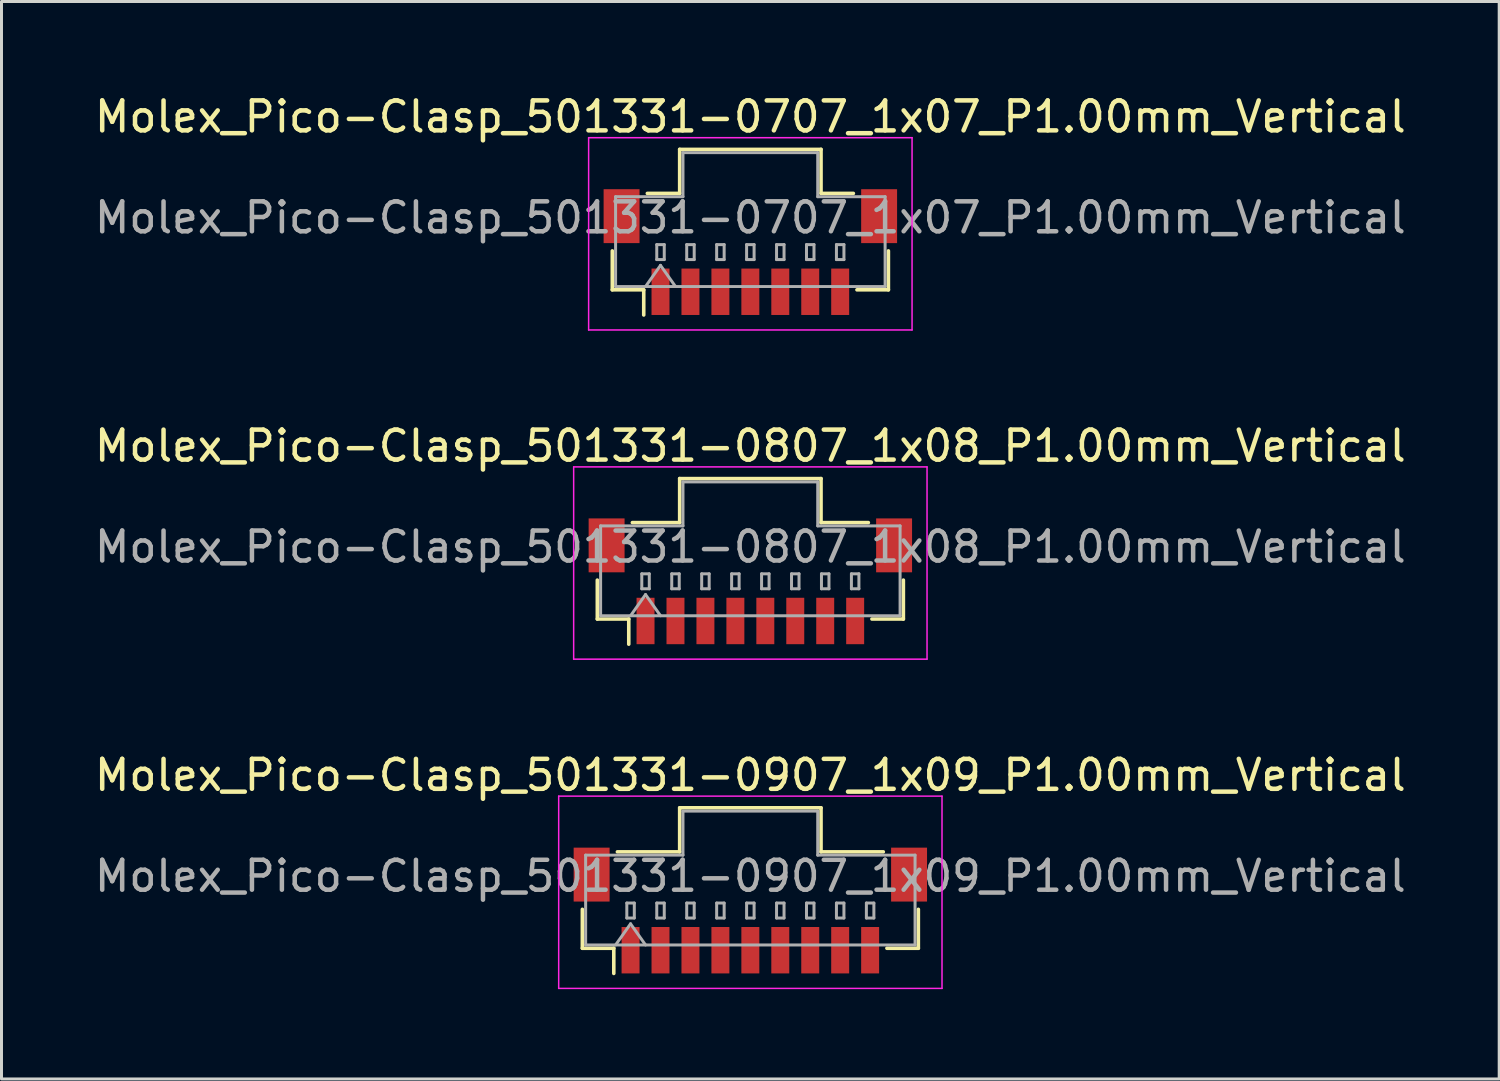
<source format=kicad_pcb>
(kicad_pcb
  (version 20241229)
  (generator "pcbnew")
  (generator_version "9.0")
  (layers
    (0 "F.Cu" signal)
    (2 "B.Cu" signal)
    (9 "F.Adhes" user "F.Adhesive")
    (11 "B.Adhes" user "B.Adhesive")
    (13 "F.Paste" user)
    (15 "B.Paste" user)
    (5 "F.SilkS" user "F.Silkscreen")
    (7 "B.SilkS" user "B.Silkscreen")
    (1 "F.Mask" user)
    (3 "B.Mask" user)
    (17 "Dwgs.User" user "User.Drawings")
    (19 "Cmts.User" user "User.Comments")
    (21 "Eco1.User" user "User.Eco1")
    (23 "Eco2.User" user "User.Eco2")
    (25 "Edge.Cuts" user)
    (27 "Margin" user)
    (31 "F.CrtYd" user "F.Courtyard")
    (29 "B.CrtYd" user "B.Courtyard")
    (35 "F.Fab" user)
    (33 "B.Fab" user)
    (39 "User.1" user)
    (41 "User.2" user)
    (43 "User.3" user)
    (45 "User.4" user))
  (footprint "Molex_Pico-Clasp_501331-0907_1x09_P1.00mm_Vertical"
    (layer "F.Cu")
    (at 22.006 27.355)
    (property "Reference" "Molex_Pico-Clasp_501331-0907_1x09_P1.00mm_Vertical" (at 0 -4.52 0) (layer "F.SilkS") (effects (font (size 1 1) (thickness 0.15))))
    (attr smd)
    (fp_line (start -5.61 -0.04) (end -5.61 1.26) (stroke (width 0.12) (type solid)) (layer "F.SilkS"))
    (fp_line (start -5.61 1.26) (end -4.56 1.26) (stroke (width 0.12) (type solid)) (layer "F.SilkS"))
    (fp_line (start -4.56 1.26) (end -4.56 2.1) (stroke (width 0.12) (type solid)) (layer "F.SilkS"))
    (fp_line (start -4.44 -1.96) (end -2.36 -1.96) (stroke (width 0.12) (type solid)) (layer "F.SilkS"))
    (fp_line (start -2.36 -3.43) (end 2.36 -3.43) (stroke (width 0.12) (type solid)) (layer "F.SilkS"))
    (fp_line (start -2.36 -1.96) (end -2.36 -3.43) (stroke (width 0.12) (type solid)) (layer "F.SilkS"))
    (fp_line (start 2.36 -3.43) (end 2.36 -1.96) (stroke (width 0.12) (type solid)) (layer "F.SilkS"))
    (fp_line (start 2.36 -1.96) (end 4.44 -1.96) (stroke (width 0.12) (type solid)) (layer "F.SilkS"))
    (fp_line (start 5.61 -0.04) (end 5.61 1.26) (stroke (width 0.12) (type solid)) (layer "F.SilkS"))
    (fp_line (start 5.61 1.26) (end 4.56 1.26) (stroke (width 0.12) (type solid)) (layer "F.SilkS"))
    (fp_line (start -6.4 -3.82) (end -6.4 2.6) (stroke (width 0.05) (type solid)) (layer "F.CrtYd"))
    (fp_line (start -6.4 2.6) (end 6.4 2.6) (stroke (width 0.05) (type solid)) (layer "F.CrtYd"))
    (fp_line (start 6.4 -3.82) (end -6.4 -3.82) (stroke (width 0.05) (type solid)) (layer "F.CrtYd"))
    (fp_line (start 6.4 2.6) (end 6.4 -3.82) (stroke (width 0.05) (type solid)) (layer "F.CrtYd"))
    (fp_line (start -5.5 -1.85) (end -2.25 -1.85) (stroke (width 0.1) (type solid)) (layer "F.Fab"))
    (fp_line (start -5.5 1.15) (end -5.5 -1.85) (stroke (width 0.1) (type solid)) (layer "F.Fab"))
    (fp_line (start -5.5 1.15) (end 5.5 1.15) (stroke (width 0.1) (type solid)) (layer "F.Fab"))
    (fp_line (start -4.5 1.15) (end -4 0.443) (stroke (width 0.1) (type solid)) (layer "F.Fab"))
    (fp_line (start -4.125 -0.25) (end -4.125 0.25) (stroke (width 0.1) (type solid)) (layer "F.Fab"))
    (fp_line (start -4.125 0.25) (end -3.875 0.25) (stroke (width 0.1) (type solid)) (layer "F.Fab"))
    (fp_line (start -4 0.443) (end -3.5 1.15) (stroke (width 0.1) (type solid)) (layer "F.Fab"))
    (fp_line (start -3.875 -0.25) (end -4.125 -0.25) (stroke (width 0.1) (type solid)) (layer "F.Fab"))
    (fp_line (start -3.875 0.25) (end -3.875 -0.25) (stroke (width 0.1) (type solid)) (layer "F.Fab"))
    (fp_line (start -3.125 -0.25) (end -3.125 0.25) (stroke (width 0.1) (type solid)) (layer "F.Fab"))
    (fp_line (start -3.125 0.25) (end -2.875 0.25) (stroke (width 0.1) (type solid)) (layer "F.Fab"))
    (fp_line (start -2.875 -0.25) (end -3.125 -0.25) (stroke (width 0.1) (type solid)) (layer "F.Fab"))
    (fp_line (start -2.875 0.25) (end -2.875 -0.25) (stroke (width 0.1) (type solid)) (layer "F.Fab"))
    (fp_line (start -2.25 -3.32) (end 2.25 -3.32) (stroke (width 0.1) (type solid)) (layer "F.Fab"))
    (fp_line (start -2.25 -1.85) (end -2.25 -3.32) (stroke (width 0.1) (type solid)) (layer "F.Fab"))
    (fp_line (start -2.125 -0.25) (end -2.125 0.25) (stroke (width 0.1) (type solid)) (layer "F.Fab"))
    (fp_line (start -2.125 0.25) (end -1.875 0.25) (stroke (width 0.1) (type solid)) (layer "F.Fab"))
    (fp_line (start -1.875 -0.25) (end -2.125 -0.25) (stroke (width 0.1) (type solid)) (layer "F.Fab"))
    (fp_line (start -1.875 0.25) (end -1.875 -0.25) (stroke (width 0.1) (type solid)) (layer "F.Fab"))
    (fp_line (start -1.125 -0.25) (end -1.125 0.25) (stroke (width 0.1) (type solid)) (layer "F.Fab"))
    (fp_line (start -1.125 0.25) (end -0.875 0.25) (stroke (width 0.1) (type solid)) (layer "F.Fab"))
    (fp_line (start -0.875 -0.25) (end -1.125 -0.25) (stroke (width 0.1) (type solid)) (layer "F.Fab"))
    (fp_line (start -0.875 0.25) (end -0.875 -0.25) (stroke (width 0.1) (type solid)) (layer "F.Fab"))
    (fp_line (start -0.125 -0.25) (end -0.125 0.25) (stroke (width 0.1) (type solid)) (layer "F.Fab"))
    (fp_line (start -0.125 0.25) (end 0.125 0.25) (stroke (width 0.1) (type solid)) (layer "F.Fab"))
    (fp_line (start 0.125 -0.25) (end -0.125 -0.25) (stroke (width 0.1) (type solid)) (layer "F.Fab"))
    (fp_line (start 0.125 0.25) (end 0.125 -0.25) (stroke (width 0.1) (type solid)) (layer "F.Fab"))
    (fp_line (start 0.875 -0.25) (end 0.875 0.25) (stroke (width 0.1) (type solid)) (layer "F.Fab"))
    (fp_line (start 0.875 0.25) (end 1.125 0.25) (stroke (width 0.1) (type solid)) (layer "F.Fab"))
    (fp_line (start 1.125 -0.25) (end 0.875 -0.25) (stroke (width 0.1) (type solid)) (layer "F.Fab"))
    (fp_line (start 1.125 0.25) (end 1.125 -0.25) (stroke (width 0.1) (type solid)) (layer "F.Fab"))
    (fp_line (start 1.875 -0.25) (end 1.875 0.25) (stroke (width 0.1) (type solid)) (layer "F.Fab"))
    (fp_line (start 1.875 0.25) (end 2.125 0.25) (stroke (width 0.1) (type solid)) (layer "F.Fab"))
    (fp_line (start 2.125 -0.25) (end 1.875 -0.25) (stroke (width 0.1) (type solid)) (layer "F.Fab"))
    (fp_line (start 2.125 0.25) (end 2.125 -0.25) (stroke (width 0.1) (type solid)) (layer "F.Fab"))
    (fp_line (start 2.25 -3.32) (end 2.25 -1.85) (stroke (width 0.1) (type solid)) (layer "F.Fab"))
    (fp_line (start 2.25 -1.85) (end 5.5 -1.85) (stroke (width 0.1) (type solid)) (layer "F.Fab"))
    (fp_line (start 2.875 -0.25) (end 2.875 0.25) (stroke (width 0.1) (type solid)) (layer "F.Fab"))
    (fp_line (start 2.875 0.25) (end 3.125 0.25) (stroke (width 0.1) (type solid)) (layer "F.Fab"))
    (fp_line (start 3.125 -0.25) (end 2.875 -0.25) (stroke (width 0.1) (type solid)) (layer "F.Fab"))
    (fp_line (start 3.125 0.25) (end 3.125 -0.25) (stroke (width 0.1) (type solid)) (layer "F.Fab"))
    (fp_line (start 3.875 -0.25) (end 3.875 0.25) (stroke (width 0.1) (type solid)) (layer "F.Fab"))
    (fp_line (start 3.875 0.25) (end 4.125 0.25) (stroke (width 0.1) (type solid)) (layer "F.Fab"))
    (fp_line (start 4.125 -0.25) (end 3.875 -0.25) (stroke (width 0.1) (type solid)) (layer "F.Fab"))
    (fp_line (start 4.125 0.25) (end 4.125 -0.25) (stroke (width 0.1) (type solid)) (layer "F.Fab"))
    (fp_line (start 5.5 1.15) (end 5.5 -1.85) (stroke (width 0.1) (type solid)) (layer "F.Fab"))
    (fp_text user "${REFERENCE}" (at 0 -1.15 0) (layer "F.Fab") (effects (font (size 1 1) (thickness 0.15))))
    (pad "" smd rect (at -5.3 -1.2) (size 1.2 1.8) (layers "F.Cu" "F.Mask" "F.Paste"))
    (pad "" smd rect (at 5.3 -1.2) (size 1.2 1.8) (layers "F.Cu" "F.Mask" "F.Paste"))
    (pad "1" smd rect (at -4 1.325) (size 0.6 1.55) (layers "F.Cu" "F.Mask" "F.Paste"))
    (pad "2" smd rect (at -3 1.325) (size 0.6 1.55) (layers "F.Cu" "F.Mask" "F.Paste"))
    (pad "3" smd rect (at -2 1.325) (size 0.6 1.55) (layers "F.Cu" "F.Mask" "F.Paste"))
    (pad "4" smd rect (at -1 1.325) (size 0.6 1.55) (layers "F.Cu" "F.Mask" "F.Paste"))
    (pad "5" smd rect (at 0 1.325) (size 0.6 1.55) (layers "F.Cu" "F.Mask" "F.Paste"))
    (pad "6" smd rect (at 1 1.325) (size 0.6 1.55) (layers "F.Cu" "F.Mask" "F.Paste"))
    (pad "7" smd rect (at 2 1.325) (size 0.6 1.55) (layers "F.Cu" "F.Mask" "F.Paste"))
    (pad "8" smd rect (at 3 1.325) (size 0.6 1.55) (layers "F.Cu" "F.Mask" "F.Paste"))
    (pad "9" smd rect (at 4 1.325) (size 0.6 1.55) (layers "F.Cu" "F.Mask" "F.Paste")))
  (footprint "Molex_Pico-Clasp_501331-0707_1x07_P1.00mm_Vertical"
    (layer "F.Cu")
    (at 22.006 5.368)
    (property "Reference" "Molex_Pico-Clasp_501331-0707_1x07_P1.00mm_Vertical" (at 0 -4.52 0) (layer "F.SilkS") (effects (font (size 1 1) (thickness 0.15))))
    (attr smd)
    (fp_line (start -4.61 -0.04) (end -4.61 1.26) (stroke (width 0.12) (type solid)) (layer "F.SilkS"))
    (fp_line (start -4.61 1.26) (end -3.56 1.26) (stroke (width 0.12) (type solid)) (layer "F.SilkS"))
    (fp_line (start -3.56 1.26) (end -3.56 2.1) (stroke (width 0.12) (type solid)) (layer "F.SilkS"))
    (fp_line (start -3.44 -1.96) (end -2.36 -1.96) (stroke (width 0.12) (type solid)) (layer "F.SilkS"))
    (fp_line (start -2.36 -3.43) (end 2.36 -3.43) (stroke (width 0.12) (type solid)) (layer "F.SilkS"))
    (fp_line (start -2.36 -1.96) (end -2.36 -3.43) (stroke (width 0.12) (type solid)) (layer "F.SilkS"))
    (fp_line (start 2.36 -3.43) (end 2.36 -1.96) (stroke (width 0.12) (type solid)) (layer "F.SilkS"))
    (fp_line (start 2.36 -1.96) (end 3.44 -1.96) (stroke (width 0.12) (type solid)) (layer "F.SilkS"))
    (fp_line (start 4.61 -0.04) (end 4.61 1.26) (stroke (width 0.12) (type solid)) (layer "F.SilkS"))
    (fp_line (start 4.61 1.26) (end 3.56 1.26) (stroke (width 0.12) (type solid)) (layer "F.SilkS"))
    (fp_line (start -5.4 -3.82) (end -5.4 2.6) (stroke (width 0.05) (type solid)) (layer "F.CrtYd"))
    (fp_line (start -5.4 2.6) (end 5.4 2.6) (stroke (width 0.05) (type solid)) (layer "F.CrtYd"))
    (fp_line (start 5.4 -3.82) (end -5.4 -3.82) (stroke (width 0.05) (type solid)) (layer "F.CrtYd"))
    (fp_line (start 5.4 2.6) (end 5.4 -3.82) (stroke (width 0.05) (type solid)) (layer "F.CrtYd"))
    (fp_line (start -4.5 -1.85) (end -2.25 -1.85) (stroke (width 0.1) (type solid)) (layer "F.Fab"))
    (fp_line (start -4.5 1.15) (end -4.5 -1.85) (stroke (width 0.1) (type solid)) (layer "F.Fab"))
    (fp_line (start -4.5 1.15) (end 4.5 1.15) (stroke (width 0.1) (type solid)) (layer "F.Fab"))
    (fp_line (start -3.5 1.15) (end -3 0.443) (stroke (width 0.1) (type solid)) (layer "F.Fab"))
    (fp_line (start -3.125 -0.25) (end -3.125 0.25) (stroke (width 0.1) (type solid)) (layer "F.Fab"))
    (fp_line (start -3.125 0.25) (end -2.875 0.25) (stroke (width 0.1) (type solid)) (layer "F.Fab"))
    (fp_line (start -3 0.443) (end -2.5 1.15) (stroke (width 0.1) (type solid)) (layer "F.Fab"))
    (fp_line (start -2.875 -0.25) (end -3.125 -0.25) (stroke (width 0.1) (type solid)) (layer "F.Fab"))
    (fp_line (start -2.875 0.25) (end -2.875 -0.25) (stroke (width 0.1) (type solid)) (layer "F.Fab"))
    (fp_line (start -2.25 -3.32) (end 2.25 -3.32) (stroke (width 0.1) (type solid)) (layer "F.Fab"))
    (fp_line (start -2.25 -1.85) (end -2.25 -3.32) (stroke (width 0.1) (type solid)) (layer "F.Fab"))
    (fp_line (start -2.125 -0.25) (end -2.125 0.25) (stroke (width 0.1) (type solid)) (layer "F.Fab"))
    (fp_line (start -2.125 0.25) (end -1.875 0.25) (stroke (width 0.1) (type solid)) (layer "F.Fab"))
    (fp_line (start -1.875 -0.25) (end -2.125 -0.25) (stroke (width 0.1) (type solid)) (layer "F.Fab"))
    (fp_line (start -1.875 0.25) (end -1.875 -0.25) (stroke (width 0.1) (type solid)) (layer "F.Fab"))
    (fp_line (start -1.125 -0.25) (end -1.125 0.25) (stroke (width 0.1) (type solid)) (layer "F.Fab"))
    (fp_line (start -1.125 0.25) (end -0.875 0.25) (stroke (width 0.1) (type solid)) (layer "F.Fab"))
    (fp_line (start -0.875 -0.25) (end -1.125 -0.25) (stroke (width 0.1) (type solid)) (layer "F.Fab"))
    (fp_line (start -0.875 0.25) (end -0.875 -0.25) (stroke (width 0.1) (type solid)) (layer "F.Fab"))
    (fp_line (start -0.125 -0.25) (end -0.125 0.25) (stroke (width 0.1) (type solid)) (layer "F.Fab"))
    (fp_line (start -0.125 0.25) (end 0.125 0.25) (stroke (width 0.1) (type solid)) (layer "F.Fab"))
    (fp_line (start 0.125 -0.25) (end -0.125 -0.25) (stroke (width 0.1) (type solid)) (layer "F.Fab"))
    (fp_line (start 0.125 0.25) (end 0.125 -0.25) (stroke (width 0.1) (type solid)) (layer "F.Fab"))
    (fp_line (start 0.875 -0.25) (end 0.875 0.25) (stroke (width 0.1) (type solid)) (layer "F.Fab"))
    (fp_line (start 0.875 0.25) (end 1.125 0.25) (stroke (width 0.1) (type solid)) (layer "F.Fab"))
    (fp_line (start 1.125 -0.25) (end 0.875 -0.25) (stroke (width 0.1) (type solid)) (layer "F.Fab"))
    (fp_line (start 1.125 0.25) (end 1.125 -0.25) (stroke (width 0.1) (type solid)) (layer "F.Fab"))
    (fp_line (start 1.875 -0.25) (end 1.875 0.25) (stroke (width 0.1) (type solid)) (layer "F.Fab"))
    (fp_line (start 1.875 0.25) (end 2.125 0.25) (stroke (width 0.1) (type solid)) (layer "F.Fab"))
    (fp_line (start 2.125 -0.25) (end 1.875 -0.25) (stroke (width 0.1) (type solid)) (layer "F.Fab"))
    (fp_line (start 2.125 0.25) (end 2.125 -0.25) (stroke (width 0.1) (type solid)) (layer "F.Fab"))
    (fp_line (start 2.25 -3.32) (end 2.25 -1.85) (stroke (width 0.1) (type solid)) (layer "F.Fab"))
    (fp_line (start 2.25 -1.85) (end 4.5 -1.85) (stroke (width 0.1) (type solid)) (layer "F.Fab"))
    (fp_line (start 2.875 -0.25) (end 2.875 0.25) (stroke (width 0.1) (type solid)) (layer "F.Fab"))
    (fp_line (start 2.875 0.25) (end 3.125 0.25) (stroke (width 0.1) (type solid)) (layer "F.Fab"))
    (fp_line (start 3.125 -0.25) (end 2.875 -0.25) (stroke (width 0.1) (type solid)) (layer "F.Fab"))
    (fp_line (start 3.125 0.25) (end 3.125 -0.25) (stroke (width 0.1) (type solid)) (layer "F.Fab"))
    (fp_line (start 4.5 1.15) (end 4.5 -1.85) (stroke (width 0.1) (type solid)) (layer "F.Fab"))
    (fp_text user "${REFERENCE}" (at 0 -1.15 0) (layer "F.Fab") (effects (font (size 1 1) (thickness 0.15))))
    (pad "" smd rect (at -4.3 -1.2) (size 1.2 1.8) (layers "F.Cu" "F.Mask" "F.Paste"))
    (pad "" smd rect (at 4.3 -1.2) (size 1.2 1.8) (layers "F.Cu" "F.Mask" "F.Paste"))
    (pad "1" smd rect (at -3 1.325) (size 0.6 1.55) (layers "F.Cu" "F.Mask" "F.Paste"))
    (pad "2" smd rect (at -2 1.325) (size 0.6 1.55) (layers "F.Cu" "F.Mask" "F.Paste"))
    (pad "3" smd rect (at -1 1.325) (size 0.6 1.55) (layers "F.Cu" "F.Mask" "F.Paste"))
    (pad "4" smd rect (at 0 1.325) (size 0.6 1.55) (layers "F.Cu" "F.Mask" "F.Paste"))
    (pad "5" smd rect (at 1 1.325) (size 0.6 1.55) (layers "F.Cu" "F.Mask" "F.Paste"))
    (pad "6" smd rect (at 2 1.325) (size 0.6 1.55) (layers "F.Cu" "F.Mask" "F.Paste"))
    (pad "7" smd rect (at 3 1.325) (size 0.6 1.55) (layers "F.Cu" "F.Mask" "F.Paste")))
  (footprint "Molex_Pico-Clasp_501331-0807_1x08_P1.00mm_Vertical"
    (layer "F.Cu")
    (at 22.006 16.361)
    (property "Reference" "Molex_Pico-Clasp_501331-0807_1x08_P1.00mm_Vertical" (at 0 -4.52 0) (layer "F.SilkS") (effects (font (size 1 1) (thickness 0.15))))
    (attr smd)
    (fp_line (start -5.11 -0.04) (end -5.11 1.26) (stroke (width 0.12) (type solid)) (layer "F.SilkS"))
    (fp_line (start -5.11 1.26) (end -4.06 1.26) (stroke (width 0.12) (type solid)) (layer "F.SilkS"))
    (fp_line (start -4.06 1.26) (end -4.06 2.1) (stroke (width 0.12) (type solid)) (layer "F.SilkS"))
    (fp_line (start -3.94 -1.96) (end -2.36 -1.96) (stroke (width 0.12) (type solid)) (layer "F.SilkS"))
    (fp_line (start -2.36 -3.43) (end 2.36 -3.43) (stroke (width 0.12) (type solid)) (layer "F.SilkS"))
    (fp_line (start -2.36 -1.96) (end -2.36 -3.43) (stroke (width 0.12) (type solid)) (layer "F.SilkS"))
    (fp_line (start 2.36 -3.43) (end 2.36 -1.96) (stroke (width 0.12) (type solid)) (layer "F.SilkS"))
    (fp_line (start 2.36 -1.96) (end 3.94 -1.96) (stroke (width 0.12) (type solid)) (layer "F.SilkS"))
    (fp_line (start 5.11 -0.04) (end 5.11 1.26) (stroke (width 0.12) (type solid)) (layer "F.SilkS"))
    (fp_line (start 5.11 1.26) (end 4.06 1.26) (stroke (width 0.12) (type solid)) (layer "F.SilkS"))
    (fp_line (start -5.9 -3.82) (end -5.9 2.6) (stroke (width 0.05) (type solid)) (layer "F.CrtYd"))
    (fp_line (start -5.9 2.6) (end 5.9 2.6) (stroke (width 0.05) (type solid)) (layer "F.CrtYd"))
    (fp_line (start 5.9 -3.82) (end -5.9 -3.82) (stroke (width 0.05) (type solid)) (layer "F.CrtYd"))
    (fp_line (start 5.9 2.6) (end 5.9 -3.82) (stroke (width 0.05) (type solid)) (layer "F.CrtYd"))
    (fp_line (start -5 -1.85) (end -2.25 -1.85) (stroke (width 0.1) (type solid)) (layer "F.Fab"))
    (fp_line (start -5 1.15) (end -5 -1.85) (stroke (width 0.1) (type solid)) (layer "F.Fab"))
    (fp_line (start -5 1.15) (end 5 1.15) (stroke (width 0.1) (type solid)) (layer "F.Fab"))
    (fp_line (start -4 1.15) (end -3.5 0.443) (stroke (width 0.1) (type solid)) (layer "F.Fab"))
    (fp_line (start -3.625 -0.25) (end -3.625 0.25) (stroke (width 0.1) (type solid)) (layer "F.Fab"))
    (fp_line (start -3.625 0.25) (end -3.375 0.25) (stroke (width 0.1) (type solid)) (layer "F.Fab"))
    (fp_line (start -3.5 0.443) (end -3 1.15) (stroke (width 0.1) (type solid)) (layer "F.Fab"))
    (fp_line (start -3.375 -0.25) (end -3.625 -0.25) (stroke (width 0.1) (type solid)) (layer "F.Fab"))
    (fp_line (start -3.375 0.25) (end -3.375 -0.25) (stroke (width 0.1) (type solid)) (layer "F.Fab"))
    (fp_line (start -2.625 -0.25) (end -2.625 0.25) (stroke (width 0.1) (type solid)) (layer "F.Fab"))
    (fp_line (start -2.625 0.25) (end -2.375 0.25) (stroke (width 0.1) (type solid)) (layer "F.Fab"))
    (fp_line (start -2.375 -0.25) (end -2.625 -0.25) (stroke (width 0.1) (type solid)) (layer "F.Fab"))
    (fp_line (start -2.375 0.25) (end -2.375 -0.25) (stroke (width 0.1) (type solid)) (layer "F.Fab"))
    (fp_line (start -2.25 -3.32) (end 2.25 -3.32) (stroke (width 0.1) (type solid)) (layer "F.Fab"))
    (fp_line (start -2.25 -1.85) (end -2.25 -3.32) (stroke (width 0.1) (type solid)) (layer "F.Fab"))
    (fp_line (start -1.625 -0.25) (end -1.625 0.25) (stroke (width 0.1) (type solid)) (layer "F.Fab"))
    (fp_line (start -1.625 0.25) (end -1.375 0.25) (stroke (width 0.1) (type solid)) (layer "F.Fab"))
    (fp_line (start -1.375 -0.25) (end -1.625 -0.25) (stroke (width 0.1) (type solid)) (layer "F.Fab"))
    (fp_line (start -1.375 0.25) (end -1.375 -0.25) (stroke (width 0.1) (type solid)) (layer "F.Fab"))
    (fp_line (start -0.625 -0.25) (end -0.625 0.25) (stroke (width 0.1) (type solid)) (layer "F.Fab"))
    (fp_line (start -0.625 0.25) (end -0.375 0.25) (stroke (width 0.1) (type solid)) (layer "F.Fab"))
    (fp_line (start -0.375 -0.25) (end -0.625 -0.25) (stroke (width 0.1) (type solid)) (layer "F.Fab"))
    (fp_line (start -0.375 0.25) (end -0.375 -0.25) (stroke (width 0.1) (type solid)) (layer "F.Fab"))
    (fp_line (start 0.375 -0.25) (end 0.375 0.25) (stroke (width 0.1) (type solid)) (layer "F.Fab"))
    (fp_line (start 0.375 0.25) (end 0.625 0.25) (stroke (width 0.1) (type solid)) (layer "F.Fab"))
    (fp_line (start 0.625 -0.25) (end 0.375 -0.25) (stroke (width 0.1) (type solid)) (layer "F.Fab"))
    (fp_line (start 0.625 0.25) (end 0.625 -0.25) (stroke (width 0.1) (type solid)) (layer "F.Fab"))
    (fp_line (start 1.375 -0.25) (end 1.375 0.25) (stroke (width 0.1) (type solid)) (layer "F.Fab"))
    (fp_line (start 1.375 0.25) (end 1.625 0.25) (stroke (width 0.1) (type solid)) (layer "F.Fab"))
    (fp_line (start 1.625 -0.25) (end 1.375 -0.25) (stroke (width 0.1) (type solid)) (layer "F.Fab"))
    (fp_line (start 1.625 0.25) (end 1.625 -0.25) (stroke (width 0.1) (type solid)) (layer "F.Fab"))
    (fp_line (start 2.25 -3.32) (end 2.25 -1.85) (stroke (width 0.1) (type solid)) (layer "F.Fab"))
    (fp_line (start 2.25 -1.85) (end 5 -1.85) (stroke (width 0.1) (type solid)) (layer "F.Fab"))
    (fp_line (start 2.375 -0.25) (end 2.375 0.25) (stroke (width 0.1) (type solid)) (layer "F.Fab"))
    (fp_line (start 2.375 0.25) (end 2.625 0.25) (stroke (width 0.1) (type solid)) (layer "F.Fab"))
    (fp_line (start 2.625 -0.25) (end 2.375 -0.25) (stroke (width 0.1) (type solid)) (layer "F.Fab"))
    (fp_line (start 2.625 0.25) (end 2.625 -0.25) (stroke (width 0.1) (type solid)) (layer "F.Fab"))
    (fp_line (start 3.375 -0.25) (end 3.375 0.25) (stroke (width 0.1) (type solid)) (layer "F.Fab"))
    (fp_line (start 3.375 0.25) (end 3.625 0.25) (stroke (width 0.1) (type solid)) (layer "F.Fab"))
    (fp_line (start 3.625 -0.25) (end 3.375 -0.25) (stroke (width 0.1) (type solid)) (layer "F.Fab"))
    (fp_line (start 3.625 0.25) (end 3.625 -0.25) (stroke (width 0.1) (type solid)) (layer "F.Fab"))
    (fp_line (start 5 1.15) (end 5 -1.85) (stroke (width 0.1) (type solid)) (layer "F.Fab"))
    (fp_text user "${REFERENCE}" (at 0 -1.15 0) (layer "F.Fab") (effects (font (size 1 1) (thickness 0.15))))
    (pad "" smd rect (at -4.8 -1.2) (size 1.2 1.8) (layers "F.Cu" "F.Mask" "F.Paste"))
    (pad "" smd rect (at 4.8 -1.2) (size 1.2 1.8) (layers "F.Cu" "F.Mask" "F.Paste"))
    (pad "1" smd rect (at -3.5 1.325) (size 0.6 1.55) (layers "F.Cu" "F.Mask" "F.Paste"))
    (pad "2" smd rect (at -2.5 1.325) (size 0.6 1.55) (layers "F.Cu" "F.Mask" "F.Paste"))
    (pad "3" smd rect (at -1.5 1.325) (size 0.6 1.55) (layers "F.Cu" "F.Mask" "F.Paste"))
    (pad "4" smd rect (at -0.5 1.325) (size 0.6 1.55) (layers "F.Cu" "F.Mask" "F.Paste"))
    (pad "5" smd rect (at 0.5 1.325) (size 0.6 1.55) (layers "F.Cu" "F.Mask" "F.Paste"))
    (pad "6" smd rect (at 1.5 1.325) (size 0.6 1.55) (layers "F.Cu" "F.Mask" "F.Paste"))
    (pad "7" smd rect (at 2.5 1.325) (size 0.6 1.55) (layers "F.Cu" "F.Mask" "F.Paste"))
    (pad "8" smd rect (at 3.5 1.325) (size 0.6 1.55) (layers "F.Cu" "F.Mask" "F.Paste")))
  (gr_rect
    (start -3 -3)
    (end 47.012 32.98)
    (stroke (width 0.1) (type default))
    (fill no)
    (layer "Edge.Cuts")))
</source>
